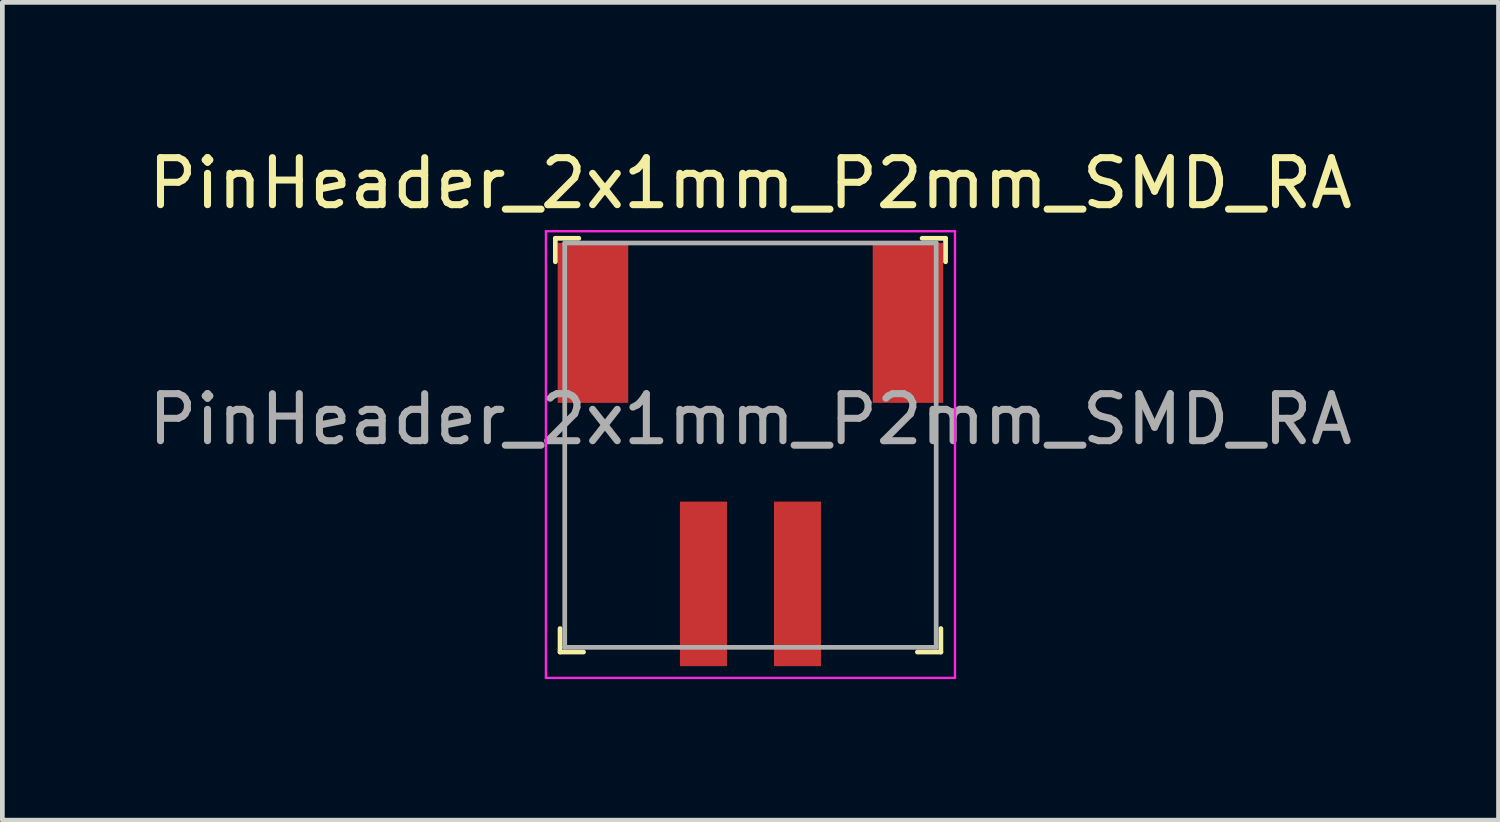
<source format=kicad_pcb>
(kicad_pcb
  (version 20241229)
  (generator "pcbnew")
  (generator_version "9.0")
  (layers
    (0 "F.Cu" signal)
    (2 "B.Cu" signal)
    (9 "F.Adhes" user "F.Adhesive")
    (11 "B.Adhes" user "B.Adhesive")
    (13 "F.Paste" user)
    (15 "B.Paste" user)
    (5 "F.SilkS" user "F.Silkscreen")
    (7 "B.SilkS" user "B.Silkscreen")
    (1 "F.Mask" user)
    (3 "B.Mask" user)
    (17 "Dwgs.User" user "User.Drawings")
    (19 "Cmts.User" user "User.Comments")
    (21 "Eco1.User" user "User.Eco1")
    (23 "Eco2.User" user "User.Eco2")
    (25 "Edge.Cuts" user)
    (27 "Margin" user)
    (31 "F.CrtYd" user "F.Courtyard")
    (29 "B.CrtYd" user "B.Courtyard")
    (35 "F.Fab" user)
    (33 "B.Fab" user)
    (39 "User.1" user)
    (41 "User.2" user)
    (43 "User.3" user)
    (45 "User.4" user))
  (footprint "PinHeader_2x1mm_P2mm_SMD_RA"
    (layer "F.Cu")
    (at 12.911 9.368)
    (property "Reference" "PinHeader_2x1mm_P2mm_SMD_RA" (at 0 -8.52 0) (layer "F.SilkS") (effects (font (size 1 1) (thickness 0.15))))
    (attr smd)
    (fp_line (start -4.15 -7.35) (end -4.15 -6.85) (stroke (width 0.1) (type solid)) (layer "F.SilkS"))
    (fp_line (start -4.15 -7.35) (end -3.65 -7.35) (stroke (width 0.1) (type solid)) (layer "F.SilkS"))
    (fp_line (start -4.05 1.45) (end -4.05 0.95) (stroke (width 0.1) (type solid)) (layer "F.SilkS"))
    (fp_line (start -4.05 1.45) (end -3.55 1.45) (stroke (width 0.1) (type solid)) (layer "F.SilkS"))
    (fp_line (start 4.05 1.45) (end 3.55 1.45) (stroke (width 0.1) (type solid)) (layer "F.SilkS"))
    (fp_line (start 4.05 1.45) (end 4.05 0.95) (stroke (width 0.1) (type solid)) (layer "F.SilkS"))
    (fp_line (start 4.15 -7.35) (end 3.65 -7.35) (stroke (width 0.1) (type solid)) (layer "F.SilkS"))
    (fp_line (start 4.15 -7.35) (end 4.15 -6.85) (stroke (width 0.1) (type solid)) (layer "F.SilkS"))
    (fp_line (start -4.35 -7.5) (end -4.35 2) (stroke (width 0.05) (type solid)) (layer "F.CrtYd"))
    (fp_line (start 4.35 -7.5) (end -4.35 -7.5) (stroke (width 0.05) (type solid)) (layer "F.CrtYd"))
    (fp_line (start 4.35 -7.5) (end 4.35 2) (stroke (width 0.05) (type solid)) (layer "F.CrtYd"))
    (fp_line (start 4.35 2) (end -4.35 2) (stroke (width 0.05) (type solid)) (layer "F.CrtYd"))
    (fp_line (start -3.95 -7.25) (end -3.95 1.35) (stroke (width 0.1) (type solid)) (layer "F.Fab"))
    (fp_line (start -3.95 -7.25) (end 3.95 -7.25) (stroke (width 0.1) (type solid)) (layer "F.Fab"))
    (fp_line (start -3.95 1.35) (end 3.95 1.35) (stroke (width 0.1) (type solid)) (layer "F.Fab"))
    (fp_line (start 3.95 -7.25) (end 3.95 1.35) (stroke (width 0.1) (type solid)) (layer "F.Fab"))
    (fp_text user "${REFERENCE}" (at 0 -3.5 0) (layer "F.Fab") (effects (font (size 1 1) (thickness 0.15))))
    (pad "" smd rect (at -3.35 -5.55) (size 1.5 3.4) (layers "F.Cu" "F.Mask" "F.Paste"))
    (pad "" smd rect (at 3.35 -5.55) (size 1.5 3.4) (layers "F.Cu" "F.Mask" "F.Paste"))
    (pad "1" smd rect (at -1 0) (size 1 3.5) (layers "F.Cu" "F.Mask" "F.Paste"))
    (pad "2" smd rect (at 1 0) (size 1 3.5) (layers "F.Cu" "F.Mask" "F.Paste")))
  (gr_rect
    (start -3 -3)
    (end 28.821 14.393)
    (stroke (width 0.1) (type default))
    (fill no)
    (layer "Edge.Cuts")))
</source>
